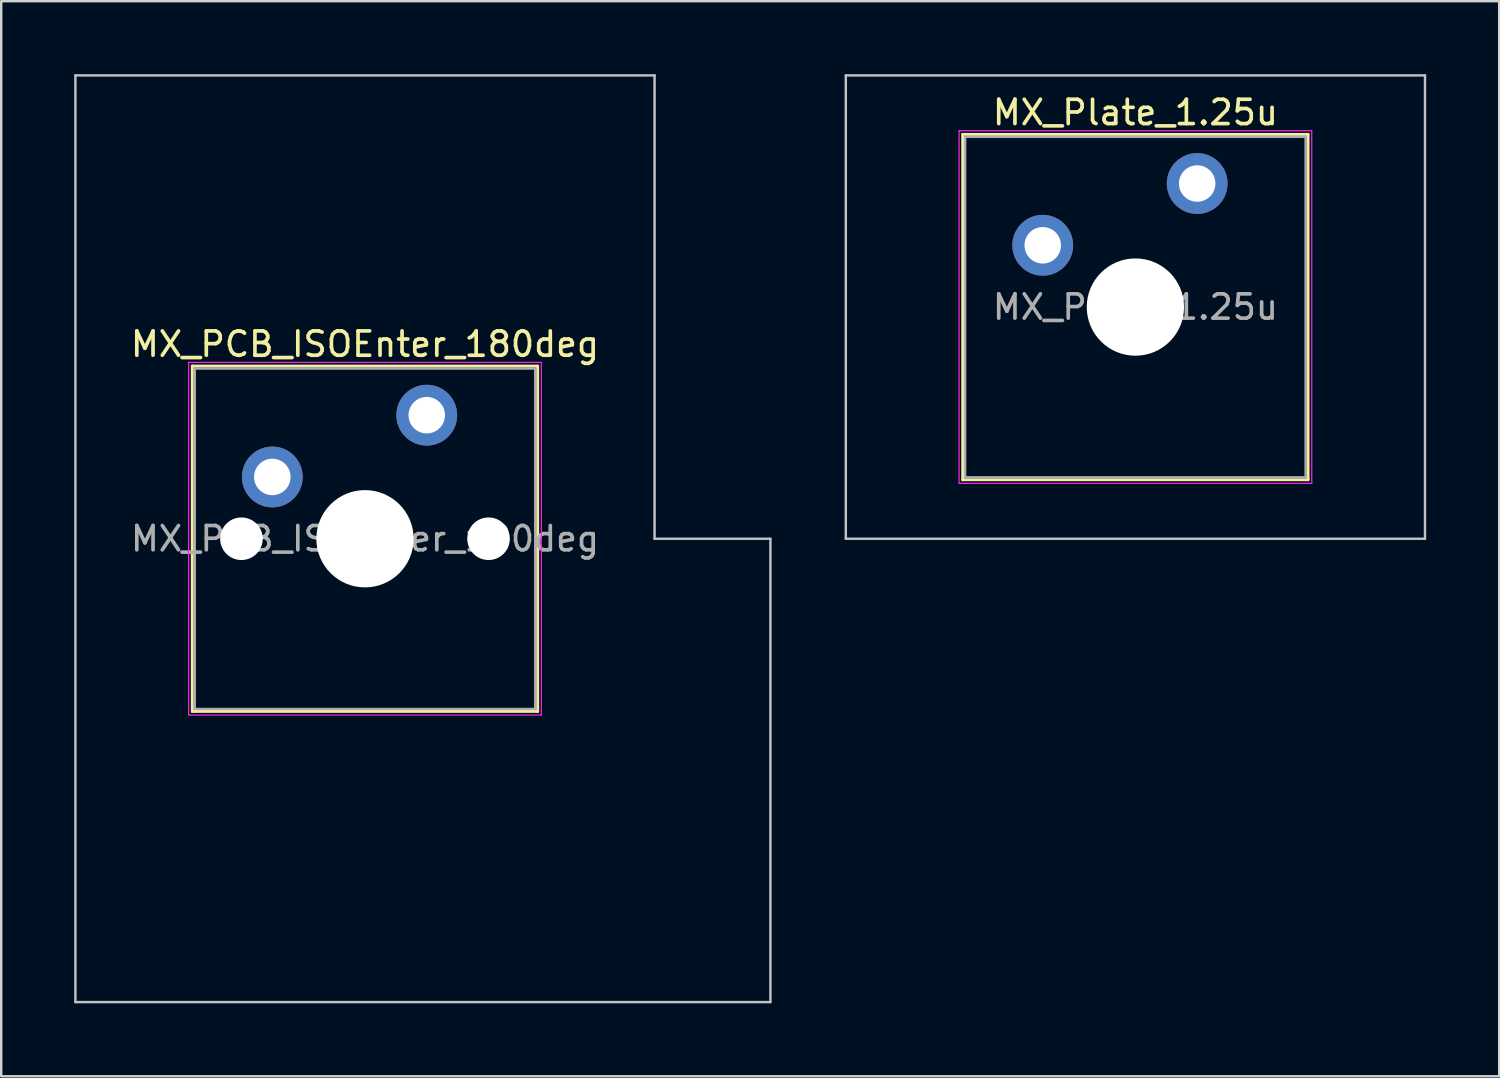
<source format=kicad_pcb>
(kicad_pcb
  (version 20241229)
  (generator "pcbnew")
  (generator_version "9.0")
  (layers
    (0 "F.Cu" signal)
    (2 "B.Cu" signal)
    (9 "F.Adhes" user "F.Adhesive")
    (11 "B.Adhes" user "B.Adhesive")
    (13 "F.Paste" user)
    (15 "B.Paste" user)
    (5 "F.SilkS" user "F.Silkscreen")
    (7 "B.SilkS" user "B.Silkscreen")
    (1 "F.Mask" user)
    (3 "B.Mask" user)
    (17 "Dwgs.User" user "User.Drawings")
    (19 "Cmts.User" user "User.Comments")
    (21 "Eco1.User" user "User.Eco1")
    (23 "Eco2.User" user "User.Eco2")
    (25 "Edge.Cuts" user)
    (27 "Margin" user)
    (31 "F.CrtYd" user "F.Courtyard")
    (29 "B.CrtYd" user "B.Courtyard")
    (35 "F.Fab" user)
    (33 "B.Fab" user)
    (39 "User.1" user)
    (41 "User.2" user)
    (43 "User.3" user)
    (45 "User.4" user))
  (footprint "MX_PCB_ISOEnter_180deg"
    (layer "F.Cu")
    (at 11.956 19.1)
    (property "Reference" "MX_PCB_ISOEnter_180deg" (at 0 -8 0) (layer "F.SilkS") (effects (font (size 1 1) (thickness 0.15))))
    (attr through_hole)
    (fp_line (start -7.1 -7.1) (end -7.1 7.1) (stroke (width 0.12) (type solid)) (layer "F.SilkS"))
    (fp_line (start -7.1 7.1) (end 7.1 7.1) (stroke (width 0.12) (type solid)) (layer "F.SilkS"))
    (fp_line (start 7.1 -7.1) (end -7.1 -7.1) (stroke (width 0.12) (type solid)) (layer "F.SilkS"))
    (fp_line (start 7.1 7.1) (end 7.1 -7.1) (stroke (width 0.12) (type solid)) (layer "F.SilkS"))
    (fp_line (start -11.906 -19.05) (end -11.906 19.05) (stroke (width 0.1) (type solid)) (layer "Dwgs.User"))
    (fp_line (start -11.906 19.05) (end 16.669 19.05) (stroke (width 0.1) (type solid)) (layer "Dwgs.User"))
    (fp_line (start 11.906 -19.05) (end -11.906 -19.05) (stroke (width 0.1) (type solid)) (layer "Dwgs.User"))
    (fp_line (start 11.906 0) (end 11.906 -19.05) (stroke (width 0.1) (type solid)) (layer "Dwgs.User"))
    (fp_line (start 16.669 0) (end 11.906 0) (stroke (width 0.1) (type solid)) (layer "Dwgs.User"))
    (fp_line (start 16.669 19.05) (end 16.669 0) (stroke (width 0.1) (type solid)) (layer "Dwgs.User"))
    (fp_line (start -7 -7) (end -7 7) (stroke (width 0.1) (type solid)) (layer "Eco1.User"))
    (fp_line (start -7 7) (end 7 7) (stroke (width 0.1) (type solid)) (layer "Eco1.User"))
    (fp_line (start 7 -7) (end -7 -7) (stroke (width 0.1) (type solid)) (layer "Eco1.User"))
    (fp_line (start 7 7) (end 7 -7) (stroke (width 0.1) (type solid)) (layer "Eco1.User"))
    (fp_line (start -7.25 -7.25) (end -7.25 7.25) (stroke (width 0.05) (type solid)) (layer "F.CrtYd"))
    (fp_line (start -7.25 7.25) (end 7.25 7.25) (stroke (width 0.05) (type solid)) (layer "F.CrtYd"))
    (fp_line (start 7.25 -7.25) (end -7.25 -7.25) (stroke (width 0.05) (type solid)) (layer "F.CrtYd"))
    (fp_line (start 7.25 7.25) (end 7.25 -7.25) (stroke (width 0.05) (type solid)) (layer "F.CrtYd"))
    (fp_line (start -7 -7) (end -7 7) (stroke (width 0.1) (type solid)) (layer "F.Fab"))
    (fp_line (start -7 7) (end 7 7) (stroke (width 0.1) (type solid)) (layer "F.Fab"))
    (fp_line (start 7 -7) (end -7 -7) (stroke (width 0.1) (type solid)) (layer "F.Fab"))
    (fp_line (start 7 7) (end 7 -7) (stroke (width 0.1) (type solid)) (layer "F.Fab"))
    (fp_text user "${REFERENCE}" (at 0 0 0) (layer "F.Fab") (effects (font (size 1 1) (thickness 0.15))))
    (pad "" np_thru_hole circle (at -5.08 0) (size 1.75 1.75) (drill 1.75) (layers "*.Cu" "*.Mask"))
    (pad "" np_thru_hole circle (at 0 0) (size 4 4) (drill 4) (layers "*.Cu" "*.Mask"))
    (pad "" np_thru_hole circle (at 5.08 0) (size 1.75 1.75) (drill 1.75) (layers "*.Cu" "*.Mask"))
    (pad "1" thru_hole circle (at -3.81 -2.54) (size 2.5 2.5) (drill 1.5) (layers "*.Cu" "*.Mask"))
    (pad "2" thru_hole circle (at 2.54 -5.08) (size 2.5 2.5) (drill 1.5) (layers "*.Cu" "*.Mask")))
  (footprint "MX_Plate_1.25u"
    (layer "F.Cu")
    (at 43.631 9.575)
    (property "Reference" "MX_Plate_1.25u" (at 0 -8 0) (layer "F.SilkS") (effects (font (size 1 1) (thickness 0.15))))
    (attr through_hole)
    (fp_line (start -7.1 -7.1) (end -7.1 7.1) (stroke (width 0.12) (type solid)) (layer "F.SilkS"))
    (fp_line (start -7.1 7.1) (end 7.1 7.1) (stroke (width 0.12) (type solid)) (layer "F.SilkS"))
    (fp_line (start 7.1 -7.1) (end -7.1 -7.1) (stroke (width 0.12) (type solid)) (layer "F.SilkS"))
    (fp_line (start 7.1 7.1) (end 7.1 -7.1) (stroke (width 0.12) (type solid)) (layer "F.SilkS"))
    (fp_line (start -11.906 -9.525) (end -11.906 9.525) (stroke (width 0.1) (type solid)) (layer "Dwgs.User"))
    (fp_line (start -11.906 9.525) (end 11.906 9.525) (stroke (width 0.1) (type solid)) (layer "Dwgs.User"))
    (fp_line (start 11.906 -9.525) (end -11.906 -9.525) (stroke (width 0.1) (type solid)) (layer "Dwgs.User"))
    (fp_line (start 11.906 9.525) (end 11.906 -9.525) (stroke (width 0.1) (type solid)) (layer "Dwgs.User"))
    (fp_line (start -7 -7) (end -7 7) (stroke (width 0.1) (type solid)) (layer "Eco1.User"))
    (fp_line (start -7 7) (end 7 7) (stroke (width 0.1) (type solid)) (layer "Eco1.User"))
    (fp_line (start 7 -7) (end -7 -7) (stroke (width 0.1) (type solid)) (layer "Eco1.User"))
    (fp_line (start 7 7) (end 7 -7) (stroke (width 0.1) (type solid)) (layer "Eco1.User"))
    (fp_line (start -7.25 -7.25) (end -7.25 7.25) (stroke (width 0.05) (type solid)) (layer "F.CrtYd"))
    (fp_line (start -7.25 7.25) (end 7.25 7.25) (stroke (width 0.05) (type solid)) (layer "F.CrtYd"))
    (fp_line (start 7.25 -7.25) (end -7.25 -7.25) (stroke (width 0.05) (type solid)) (layer "F.CrtYd"))
    (fp_line (start 7.25 7.25) (end 7.25 -7.25) (stroke (width 0.05) (type solid)) (layer "F.CrtYd"))
    (fp_line (start -7 -7) (end -7 7) (stroke (width 0.1) (type solid)) (layer "F.Fab"))
    (fp_line (start -7 7) (end 7 7) (stroke (width 0.1) (type solid)) (layer "F.Fab"))
    (fp_line (start 7 -7) (end -7 -7) (stroke (width 0.1) (type solid)) (layer "F.Fab"))
    (fp_line (start 7 7) (end 7 -7) (stroke (width 0.1) (type solid)) (layer "F.Fab"))
    (fp_text user "${REFERENCE}" (at 0 0 0) (layer "F.Fab") (effects (font (size 1 1) (thickness 0.15))))
    (pad "" np_thru_hole circle (at 0 0) (size 4 4) (drill 4) (layers "*.Cu" "*.Mask"))
    (pad "1" thru_hole circle (at -3.81 -2.54) (size 2.5 2.5) (drill 1.5) (layers "*.Cu" "*.Mask"))
    (pad "2" thru_hole circle (at 2.54 -5.08) (size 2.5 2.5) (drill 1.5) (layers "*.Cu" "*.Mask")))
  (gr_rect
    (start -3 -3)
    (end 58.587 41.2)
    (stroke (width 0.1) (type default))
    (fill no)
    (layer "Edge.Cuts")))
</source>
